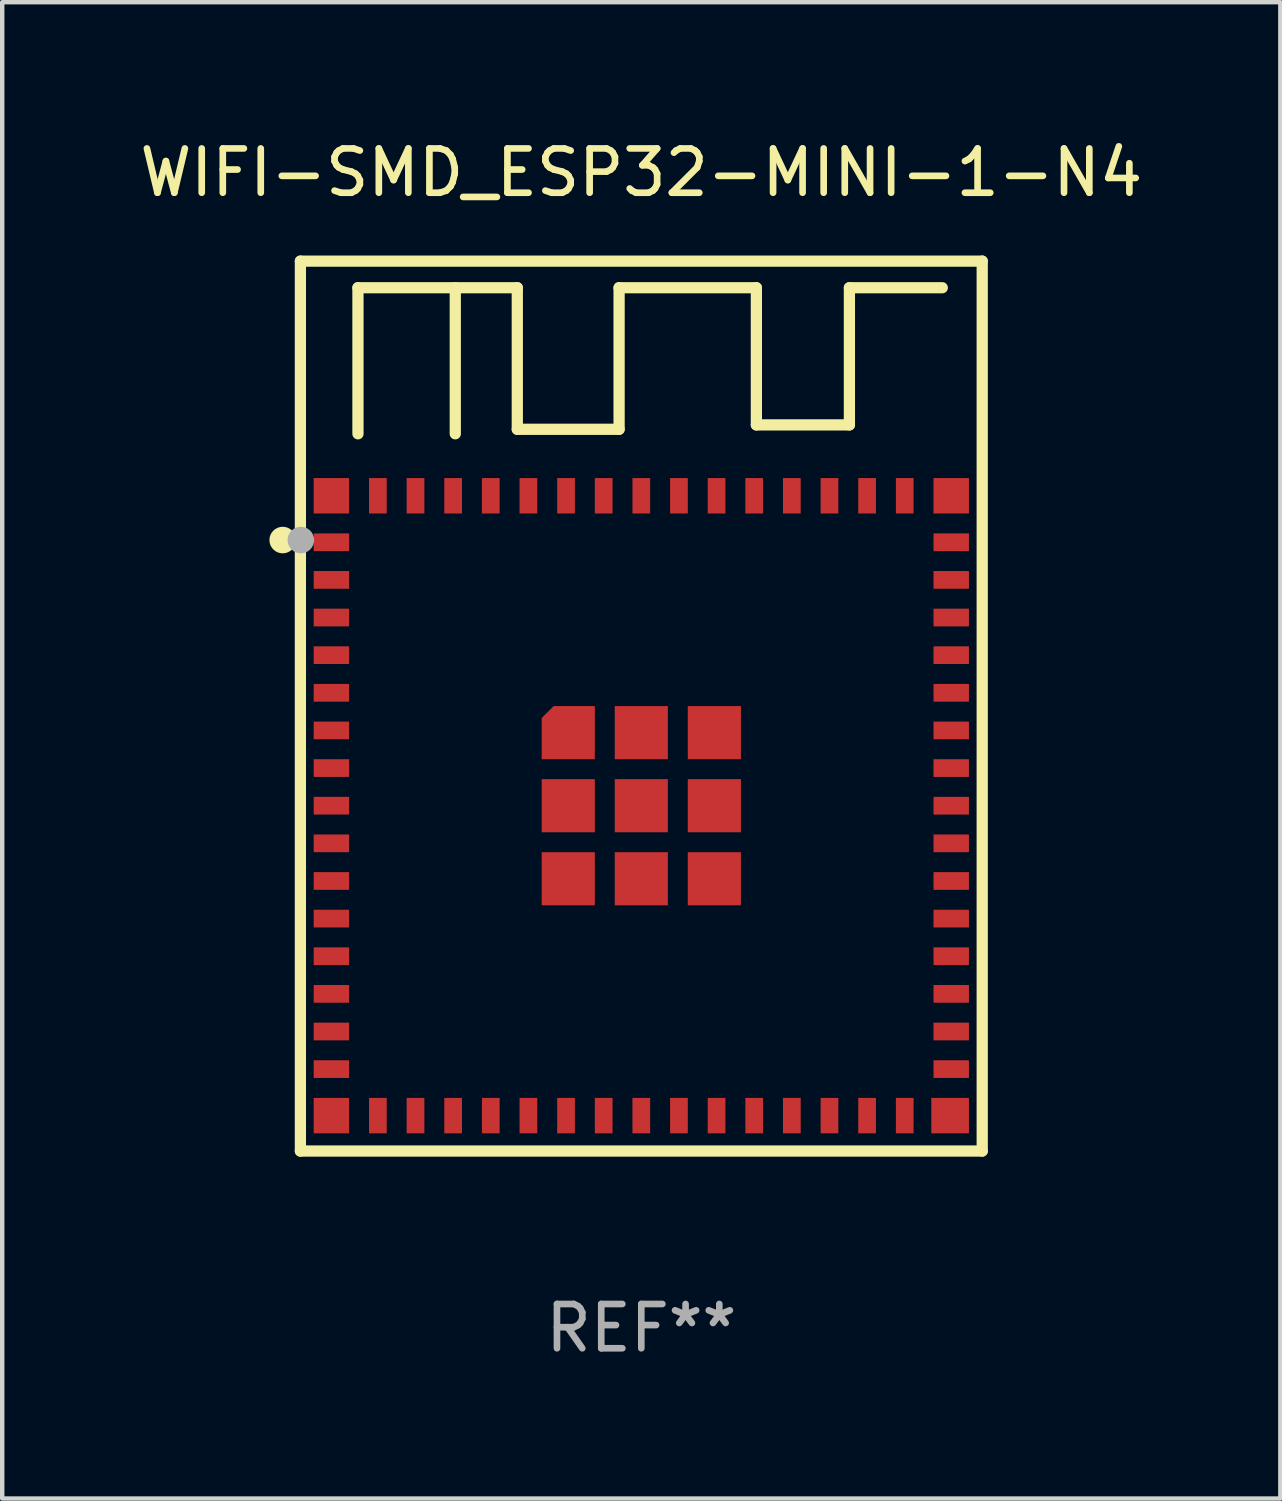
<source format=kicad_pcb>
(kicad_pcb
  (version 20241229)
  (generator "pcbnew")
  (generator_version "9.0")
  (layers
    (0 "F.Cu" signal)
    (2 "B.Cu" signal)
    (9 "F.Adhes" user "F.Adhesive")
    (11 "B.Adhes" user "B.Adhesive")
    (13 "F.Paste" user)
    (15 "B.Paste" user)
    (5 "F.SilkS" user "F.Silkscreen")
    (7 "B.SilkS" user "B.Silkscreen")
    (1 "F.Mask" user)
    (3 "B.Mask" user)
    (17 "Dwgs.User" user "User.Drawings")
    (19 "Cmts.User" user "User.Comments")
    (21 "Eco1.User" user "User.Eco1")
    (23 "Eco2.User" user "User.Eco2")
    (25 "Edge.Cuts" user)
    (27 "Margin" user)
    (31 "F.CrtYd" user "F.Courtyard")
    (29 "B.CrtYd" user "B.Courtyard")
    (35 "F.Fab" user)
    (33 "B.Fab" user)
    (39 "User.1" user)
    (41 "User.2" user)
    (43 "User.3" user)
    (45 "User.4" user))
  (footprint "WIFI-SMD_ESP32-MINI-1-N4"
    (layer "F.Cu")
    (at 11.435 15.148)
    (property "Reference" "WIFI-SMD_ESP32-MINI-1-N4" (at -0.000076 -14.3 0) (layer "F.SilkS") (effects (font (size 1 1) (thickness 0.15))))
    (attr through_hole)
    (fp_line (start -7.7 -12.3) (end -7.7 7.8) (stroke (width 0.254) (type solid)) (layer "F.SilkS"))
    (fp_line (start -7.7 7.8) (end 7.7 7.8) (stroke (width 0.254) (type solid)) (layer "F.SilkS"))
    (fp_line (start -6.4 -11.699) (end -2.801 -11.699) (stroke (width 0.254) (type solid)) (layer "F.SilkS"))
    (fp_line (start -6.4 -8.4) (end -6.4 -11.699) (stroke (width 0.254) (type solid)) (layer "F.SilkS"))
    (fp_line (start -4.202 -11.699) (end -4.202 -8.4) (stroke (width 0.254) (type solid)) (layer "F.SilkS"))
    (fp_line (start -2.801 -11.699) (end -2.801 -8.502) (stroke (width 0.254) (type solid)) (layer "F.SilkS"))
    (fp_line (start -2.801 -8.502) (end -0.502 -8.502) (stroke (width 0.254) (type solid)) (layer "F.SilkS"))
    (fp_line (start -0.502 -11.699) (end 2.599 -11.699) (stroke (width 0.254) (type solid)) (layer "F.SilkS"))
    (fp_line (start -0.502 -8.502) (end -0.502 -11.699) (stroke (width 0.254) (type solid)) (layer "F.SilkS"))
    (fp_line (start 2.599 -11.699) (end 2.599 -8.601) (stroke (width 0.254) (type solid)) (layer "F.SilkS"))
    (fp_line (start 2.599 -8.601) (end 4.7 -8.601) (stroke (width 0.254) (type solid)) (layer "F.SilkS"))
    (fp_line (start 4.7 -11.699) (end 6.798 -11.699) (stroke (width 0.254) (type solid)) (layer "F.SilkS"))
    (fp_line (start 4.7 -8.601) (end 4.7 -11.699) (stroke (width 0.254) (type solid)) (layer "F.SilkS"))
    (fp_line (start 7.7 -12.3) (end -7.7 -12.3) (stroke (width 0.254) (type solid)) (layer "F.SilkS"))
    (fp_line (start 7.7 7.8) (end 7.7 -12.3) (stroke (width 0.254) (type solid)) (layer "F.SilkS"))
    (fp_circle (center -8.1 -6) (end -7.95 -6) (stroke (width 0.3) (type solid)) (fill no) (layer "F.SilkS"))
    (fp_circle (center -7.7 -12.25) (end -7.67 -12.25) (stroke (width 0.06) (type solid)) (fill no) (layer "F.SilkS"))
    (fp_circle (center -7.69 -6) (end -7.54 -6) (stroke (width 0.3) (type solid)) (fill no) (layer "F.Fab"))
    (fp_text user "REF**" (at -0.000076 11.8 0) (layer "F.Fab") (effects (font (size 1 1) (thickness 0.15))))
    (pad "1" smd rect (at -7 -5.95 90) (size 0.4 0.8) (layers "F.Cu" "F.Mask" "F.Paste"))
    (pad "2" smd rect (at -7 -5.1 90) (size 0.4 0.8) (layers "F.Cu" "F.Mask" "F.Paste"))
    (pad "3" smd rect (at -7 -4.25 90) (size 0.4 0.8) (layers "F.Cu" "F.Mask" "F.Paste"))
    (pad "4" smd rect (at -7 -3.4 90) (size 0.4 0.8) (layers "F.Cu" "F.Mask" "F.Paste"))
    (pad "5" smd rect (at -7 -2.55 90) (size 0.4 0.8) (layers "F.Cu" "F.Mask" "F.Paste"))
    (pad "6" smd rect (at -7 -1.7 90) (size 0.4 0.8) (layers "F.Cu" "F.Mask" "F.Paste"))
    (pad "7" smd rect (at -7 -0.85 90) (size 0.4 0.8) (layers "F.Cu" "F.Mask" "F.Paste"))
    (pad "8" smd rect (at -7 -0.000254 90) (size 0.4 0.8) (layers "F.Cu" "F.Mask" "F.Paste"))
    (pad "9" smd rect (at -7 0.85 90) (size 0.4 0.8) (layers "F.Cu" "F.Mask" "F.Paste"))
    (pad "10" smd rect (at -7 1.7 90) (size 0.4 0.8) (layers "F.Cu" "F.Mask" "F.Paste"))
    (pad "11" smd rect (at -7 2.55 90) (size 0.4 0.8) (layers "F.Cu" "F.Mask" "F.Paste"))
    (pad "12" smd rect (at -7 3.4 90) (size 0.4 0.8) (layers "F.Cu" "F.Mask" "F.Paste"))
    (pad "13" smd rect (at -7 4.25 90) (size 0.4 0.8) (layers "F.Cu" "F.Mask" "F.Paste"))
    (pad "14" smd rect (at -7 5.1 90) (size 0.4 0.8) (layers "F.Cu" "F.Mask" "F.Paste"))
    (pad "15" smd rect (at -7 5.95 90) (size 0.4 0.8) (layers "F.Cu" "F.Mask" "F.Paste"))
    (pad "16" smd rect (at -5.95 7) (size 0.4 0.8) (layers "F.Cu" "F.Mask" "F.Paste"))
    (pad "17" smd rect (at -5.1 7) (size 0.4 0.8) (layers "F.Cu" "F.Mask" "F.Paste"))
    (pad "18" smd rect (at -4.25 7) (size 0.4 0.8) (layers "F.Cu" "F.Mask" "F.Paste"))
    (pad "19" smd rect (at -3.4 7) (size 0.4 0.8) (layers "F.Cu" "F.Mask" "F.Paste"))
    (pad "20" smd rect (at -2.55 7) (size 0.4 0.8) (layers "F.Cu" "F.Mask" "F.Paste"))
    (pad "21" smd rect (at -1.7 7) (size 0.4 0.8) (layers "F.Cu" "F.Mask" "F.Paste"))
    (pad "22" smd rect (at -0.85 7) (size 0.4 0.8) (layers "F.Cu" "F.Mask" "F.Paste"))
    (pad "23" smd rect (at -0.000254 7) (size 0.4 0.8) (layers "F.Cu" "F.Mask" "F.Paste"))
    (pad "24" smd rect (at 0.85 7) (size 0.4 0.8) (layers "F.Cu" "F.Mask" "F.Paste"))
    (pad "25" smd rect (at 1.7 7) (size 0.4 0.8) (layers "F.Cu" "F.Mask" "F.Paste"))
    (pad "26" smd rect (at 2.55 7) (size 0.4 0.8) (layers "F.Cu" "F.Mask" "F.Paste"))
    (pad "27" smd rect (at 3.4 7) (size 0.4 0.8) (layers "F.Cu" "F.Mask" "F.Paste"))
    (pad "28" smd rect (at 4.25 7) (size 0.4 0.8) (layers "F.Cu" "F.Mask" "F.Paste"))
    (pad "29" smd rect (at 5.1 7) (size 0.4 0.8) (layers "F.Cu" "F.Mask" "F.Paste"))
    (pad "30" smd rect (at 5.95 7) (size 0.4 0.8) (layers "F.Cu" "F.Mask" "F.Paste"))
    (pad "31" smd rect (at 7 5.95 270) (size 0.4 0.8) (layers "F.Cu" "F.Mask" "F.Paste"))
    (pad "32" smd rect (at 7 5.1 270) (size 0.4 0.8) (layers "F.Cu" "F.Mask" "F.Paste"))
    (pad "33" smd rect (at 7 4.25 270) (size 0.4 0.8) (layers "F.Cu" "F.Mask" "F.Paste"))
    (pad "34" smd rect (at 7 3.4 270) (size 0.4 0.8) (layers "F.Cu" "F.Mask" "F.Paste"))
    (pad "35" smd rect (at 7 2.55 270) (size 0.4 0.8) (layers "F.Cu" "F.Mask" "F.Paste"))
    (pad "36" smd rect (at 7 1.7 270) (size 0.4 0.8) (layers "F.Cu" "F.Mask" "F.Paste"))
    (pad "37" smd rect (at 7 0.85 270) (size 0.4 0.8) (layers "F.Cu" "F.Mask" "F.Paste"))
    (pad "38" smd rect (at 7 0.000254 270) (size 0.4 0.8) (layers "F.Cu" "F.Mask" "F.Paste"))
    (pad "39" smd rect (at 7 -0.85 270) (size 0.4 0.8) (layers "F.Cu" "F.Mask" "F.Paste"))
    (pad "40" smd rect (at 7 -1.7 270) (size 0.4 0.8) (layers "F.Cu" "F.Mask" "F.Paste"))
    (pad "41" smd rect (at 7 -2.55 270) (size 0.4 0.8) (layers "F.Cu" "F.Mask" "F.Paste"))
    (pad "42" smd rect (at 7 -3.4 270) (size 0.4 0.8) (layers "F.Cu" "F.Mask" "F.Paste"))
    (pad "43" smd rect (at 7 -4.25 270) (size 0.4 0.8) (layers "F.Cu" "F.Mask" "F.Paste"))
    (pad "44" smd rect (at 7 -5.1 270) (size 0.4 0.8) (layers "F.Cu" "F.Mask" "F.Paste"))
    (pad "45" smd rect (at 7 -5.95 270) (size 0.4 0.8) (layers "F.Cu" "F.Mask" "F.Paste"))
    (pad "46" smd rect (at 5.95 -7 180) (size 0.4 0.8) (layers "F.Cu" "F.Mask" "F.Paste"))
    (pad "47" smd rect (at 5.1 -7 180) (size 0.4 0.8) (layers "F.Cu" "F.Mask" "F.Paste"))
    (pad "48" smd rect (at 4.25 -7 180) (size 0.4 0.8) (layers "F.Cu" "F.Mask" "F.Paste"))
    (pad "49" smd rect (at 3.4 -7 180) (size 0.4 0.8) (layers "F.Cu" "F.Mask" "F.Paste"))
    (pad "50" smd rect (at 2.55 -7 180) (size 0.4 0.8) (layers "F.Cu" "F.Mask" "F.Paste"))
    (pad "51" smd rect (at 1.7 -7 180) (size 0.4 0.8) (layers "F.Cu" "F.Mask" "F.Paste"))
    (pad "52" smd rect (at 0.85 -7 180) (size 0.4 0.8) (layers "F.Cu" "F.Mask" "F.Paste"))
    (pad "53" smd rect (at 0 -7 180) (size 0.4 0.8) (layers "F.Cu" "F.Mask" "F.Paste"))
    (pad "54" smd rect (at -0.85 -7 180) (size 0.4 0.8) (layers "F.Cu" "F.Mask" "F.Paste"))
    (pad "55" smd rect (at -1.7 -7 180) (size 0.4 0.8) (layers "F.Cu" "F.Mask" "F.Paste"))
    (pad "56" smd rect (at -2.55 -7 180) (size 0.4 0.8) (layers "F.Cu" "F.Mask" "F.Paste"))
    (pad "57" smd rect (at -3.4 -7 180) (size 0.4 0.8) (layers "F.Cu" "F.Mask" "F.Paste"))
    (pad "58" smd rect (at -4.25 -7 180) (size 0.4 0.8) (layers "F.Cu" "F.Mask" "F.Paste"))
    (pad "59" smd rect (at -5.1 -7 180) (size 0.4 0.8) (layers "F.Cu" "F.Mask" "F.Paste"))
    (pad "60" smd rect (at -5.95 -7 180) (size 0.4 0.8) (layers "F.Cu" "F.Mask" "F.Paste"))
    (pad "61" smd custom (at -1.65 -1.65) (size 0.1 0.1) (layers "F.Cu" "F.Mask" "F.Paste") (options (anchor circle)) (primitives (gr_poly (pts (xy 0.6 0.6) (xy -0.6 0.6) (xy -0.6 -0.31) (xy -0.6 -0.33) (xy -0.33 -0.6) (xy 0.6 -0.6)) (width 0) (fill yes))))
    (pad "61" smd rect (at -1.65 0 90) (size 1.2 1.2) (layers "F.Cu" "F.Mask" "F.Paste"))
    (pad "61" smd rect (at -1.65 1.65 90) (size 1.2 1.2) (layers "F.Cu" "F.Mask" "F.Paste"))
    (pad "61" smd rect (at 0 -1.65 90) (size 1.2 1.2) (layers "F.Cu" "F.Mask" "F.Paste"))
    (pad "61" smd rect (at 0 0 90) (size 1.2 1.2) (layers "F.Cu" "F.Mask" "F.Paste"))
    (pad "61" smd rect (at 0 1.65 90) (size 1.2 1.2) (layers "F.Cu" "F.Mask" "F.Paste"))
    (pad "61" smd rect (at 1.65 1.65 90) (size 1.2 1.2) (layers "F.Cu" "F.Mask" "F.Paste"))
    (pad "61" smd rect (at 1.65 -1.65 90) (size 1.2 1.2) (layers "F.Cu" "F.Mask" "F.Paste"))
    (pad "61" smd rect (at 1.65 0 90) (size 1.2 1.2) (layers "F.Cu" "F.Mask" "F.Paste"))
    (pad "62" smd rect (at -7 -7 90) (size 0.8 0.8) (layers "F.Cu" "F.Mask" "F.Paste"))
    (pad "63" smd rect (at -7 7 90) (size 0.8 0.8) (layers "F.Cu" "F.Mask" "F.Paste"))
    (pad "64" smd rect (at 6.975 7 90) (size 0.8 0.85) (layers "F.Cu" "F.Mask" "F.Paste"))
    (pad "65" smd rect (at 7 -7 90) (size 0.8 0.8) (layers "F.Cu" "F.Mask" "F.Paste")))
  (gr_rect
    (start -3 -3)
    (end 25.869 30.797)
    (stroke (width 0.1) (type default))
    (fill no)
    (layer "Edge.Cuts")))
</source>
